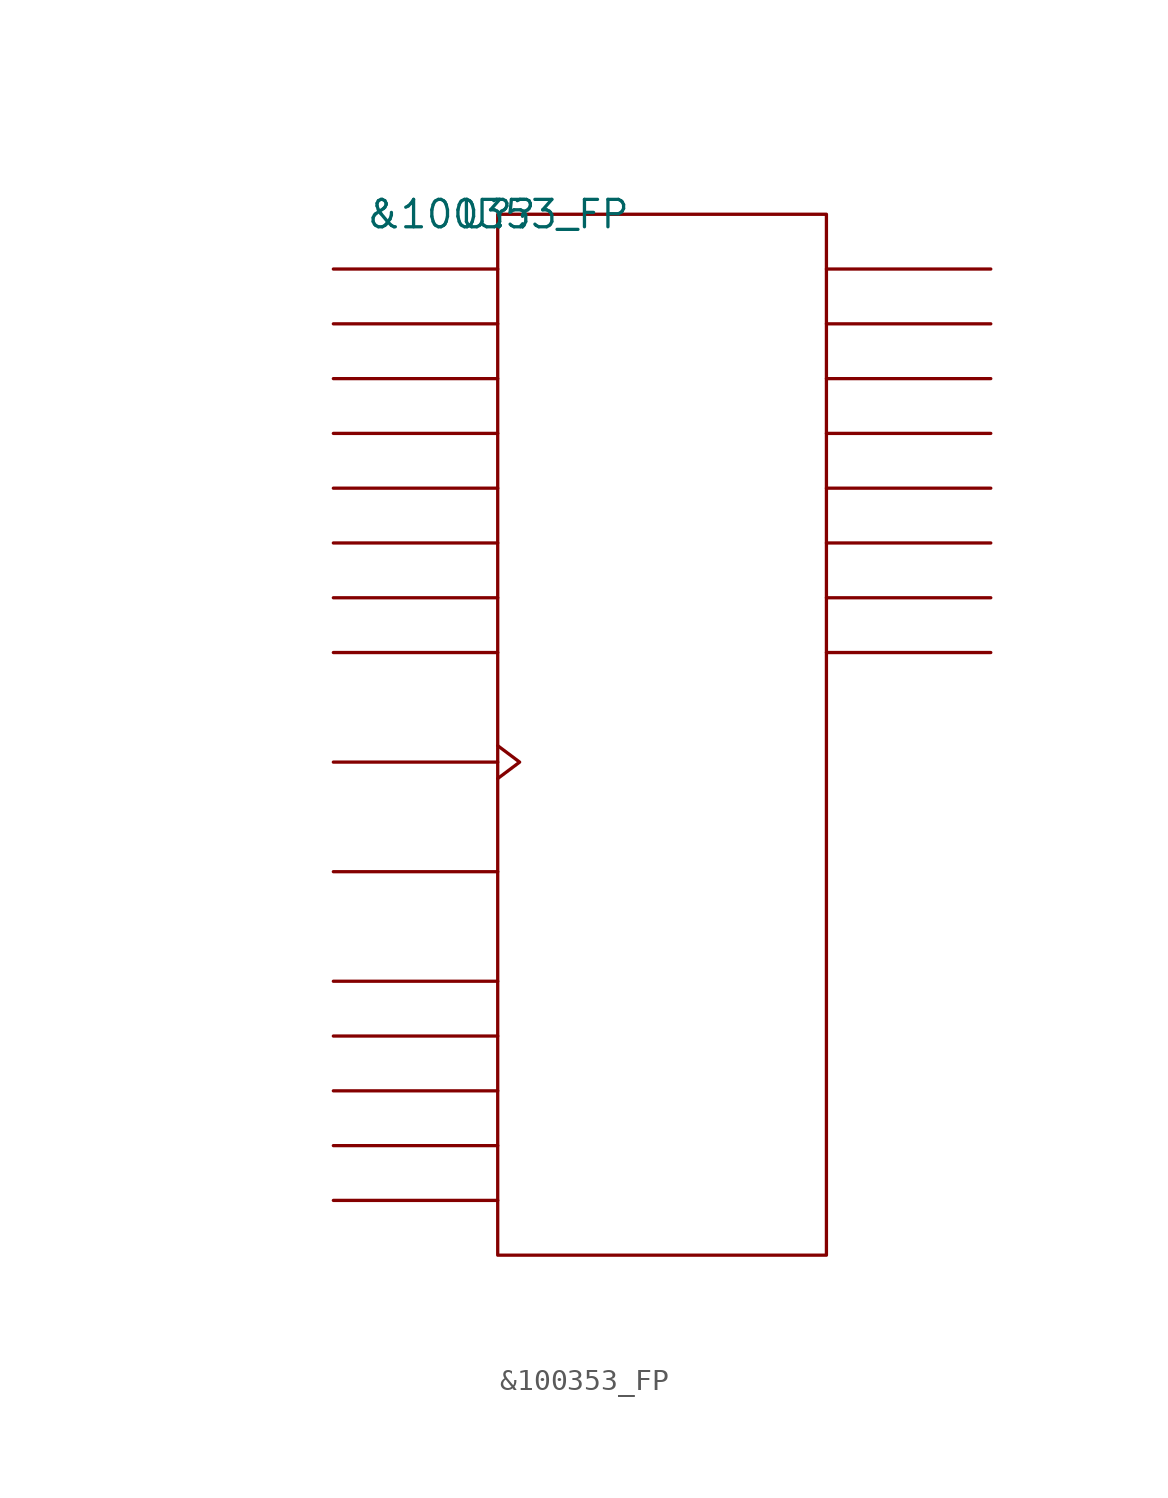
<source format=kicad_sym>
(kicad_symbol_lib
  (version 20211014)
  (generator kicad_symbol_editor)
  (symbol "&100353_FP"
    (pin_names
      (offset 0.762))
    (property "Reference" "U?"
      (at 0 0 0)
      (effects (font (size 1.27 1.27))))
    (property "Value" "&100353_FP"
      (at 0 0 0)
      (effects (font (size 1.27 1.27))))
    (symbol "&100353_FP_0_1"
      (rectangle (start 0 -48.26) (end 15.24 0) (stroke (width 0) (type default) (color 0 0 0 0)) (fill (type none)))
      (polyline (pts (xy 0 -45.72) (xy -7.62 -45.72)) (stroke (width 0) (type default) (color 0 0 0 0)) (fill (type none)))
      (polyline (pts (xy 0 -43.18) (xy -7.62 -43.18)) (stroke (width 0) (type default) (color 0 0 0 0)) (fill (type none)))
      (polyline (pts (xy 0 -40.64) (xy -7.62 -40.64)) (stroke (width 0) (type default) (color 0 0 0 0)) (fill (type none)))
      (polyline (pts (xy 0 -38.1) (xy -7.62 -38.1)) (stroke (width 0) (type default) (color 0 0 0 0)) (fill (type none)))
      (polyline (pts (xy 0 -35.56) (xy -7.62 -35.56)) (stroke (width 0) (type default) (color 0 0 0 0)) (fill (type none)))
      (polyline (pts (xy 0 -30.48) (xy -7.62 -30.48)) (stroke (width 0) (type default) (color 0 0 0 0)) (fill (type none)))
      (polyline (pts (xy 0 -25.4) (xy -7.62 -25.4)) (stroke (width 0) (type default) (color 0 0 0 0)) (fill (type none)))
      (polyline (pts (xy 0 -20.32) (xy -7.62 -20.32)) (stroke (width 0) (type default) (color 0 0 0 0)) (fill (type none)))
      (polyline (pts (xy 0 -17.78) (xy -7.62 -17.78)) (stroke (width 0) (type default) (color 0 0 0 0)) (fill (type none)))
      (polyline (pts (xy 0 -15.24) (xy -7.62 -15.24)) (stroke (width 0) (type default) (color 0 0 0 0)) (fill (type none)))
      (polyline (pts (xy 0 -12.7) (xy -7.62 -12.7)) (stroke (width 0) (type default) (color 0 0 0 0)) (fill (type none)))
      (polyline (pts (xy 0 -10.16) (xy -7.62 -10.16)) (stroke (width 0) (type default) (color 0 0 0 0)) (fill (type none)))
      (polyline (pts (xy 0 -7.62) (xy -7.62 -7.62)) (stroke (width 0) (type default) (color 0 0 0 0)) (fill (type none)))
      (polyline (pts (xy 0 -5.08) (xy -7.62 -5.08)) (stroke (width 0) (type default) (color 0 0 0 0)) (fill (type none)))
      (polyline (pts (xy 0 -2.54) (xy -7.62 -2.54)) (stroke (width 0) (type default) (color 0 0 0 0)) (fill (type none)))
      (polyline (pts (xy 15.24 -20.32) (xy 22.86 -20.32)) (stroke (width 0) (type default) (color 0 0 0 0)) (fill (type none)))
      (polyline (pts (xy 15.24 -17.78) (xy 22.86 -17.78)) (stroke (width 0) (type default) (color 0 0 0 0)) (fill (type none)))
      (polyline (pts (xy 15.24 -15.24) (xy 22.86 -15.24)) (stroke (width 0) (type default) (color 0 0 0 0)) (fill (type none)))
      (polyline (pts (xy 15.24 -12.7) (xy 22.86 -12.7)) (stroke (width 0) (type default) (color 0 0 0 0)) (fill (type none)))
      (polyline (pts (xy 15.24 -10.16) (xy 22.86 -10.16)) (stroke (width 0) (type default) (color 0 0 0 0)) (fill (type none)))
      (polyline (pts (xy 15.24 -7.62) (xy 22.86 -7.62)) (stroke (width 0) (type default) (color 0 0 0 0)) (fill (type none)))
      (polyline (pts (xy 15.24 -5.08) (xy 22.86 -5.08)) (stroke (width 0) (type default) (color 0 0 0 0)) (fill (type none)))
      (polyline (pts (xy 15.24 -2.54) (xy 22.86 -2.54)) (stroke (width 0) (type default) (color 0 0 0 0)) (fill (type none)))
      (polyline (pts (xy 0 -24.638) (xy 1.016 -25.4) (xy 0 -26.162)) (stroke (width 0) (type default) (color 0 0 0 0)) (fill (type none))))
    (symbol "&100353_FP_1_1"
      (pin unspecified line (at -7.62 -5.08 0) (length 7.62) hide (name "D1" (effects (font (size 1.245 1.245)))) (number "1" (effects (font (size 1.245 1.245)))))
      (pin power_in line (at -7.62 -38.1 0) (length 7.62) hide (name "VCCA" (effects (font (size 1.245 1.245)))) (number "10" (effects (font (size 1.245 1.245)))))
      (pin power_in line (at -7.62 -40.64 0) (length 7.62) hide (name "VCCA" (effects (font (size 1.245 1.245)))) (number "11" (effects (font (size 1.245 1.245)))))
      (pin unspecified line (at 22.86 -20.32 180) (length 7.62) hide (name "Q7" (effects (font (size 1.245 1.245)))) (number "12" (effects (font (size 1.245 1.245)))))
      (pin unspecified line (at 22.86 -17.78 180) (length 7.62) hide (name "Q6" (effects (font (size 1.245 1.245)))) (number "13" (effects (font (size 1.245 1.245)))))
      (pin unspecified line (at 22.86 -15.24 180) (length 7.62) hide (name "Q5" (effects (font (size 1.245 1.245)))) (number "14" (effects (font (size 1.245 1.245)))))
      (pin unspecified line (at 22.86 -12.7 180) (length 7.62) hide (name "Q4" (effects (font (size 1.245 1.245)))) (number "15" (effects (font (size 1.245 1.245)))))
      (pin unspecified line (at 22.86 -10.16 180) (length 7.62) hide (name "Q3" (effects (font (size 1.245 1.245)))) (number "16" (effects (font (size 1.245 1.245)))))
      (pin unspecified line (at 22.86 -7.62 180) (length 7.62) hide (name "Q2" (effects (font (size 1.245 1.245)))) (number "17" (effects (font (size 1.245 1.245)))))
      (pin unspecified line (at 22.86 -5.08 180) (length 7.62) hide (name "Q1" (effects (font (size 1.245 1.245)))) (number "18" (effects (font (size 1.245 1.245)))))
      (pin unspecified line (at 22.86 -2.54 180) (length 7.62) hide (name "Q0" (effects (font (size 1.245 1.245)))) (number "19" (effects (font (size 1.245 1.245)))))
      (pin unspecified line (at -7.62 -7.62 0) (length 7.62) hide (name "D2" (effects (font (size 1.245 1.245)))) (number "2" (effects (font (size 1.245 1.245)))))
      (pin power_in line (at -7.62 -43.18 0) (length 7.62) hide (name "VCCA" (effects (font (size 1.245 1.245)))) (number "20" (effects (font (size 1.245 1.245)))))
      (pin power_in line (at -7.62 -45.72 0) (length 7.62) hide (name "VEE" (effects (font (size 1.245 1.245)))) (number "21" (effects (font (size 1.245 1.245)))))
      (pin unspecified line (at -7.62 -25.4 180) (length 7.62) hide (name "CLK" (effects (font (size 1.245 1.245)))) (number "22" (effects (font (size 1.245 1.245)))))
      (pin unspecified line (at -7.62 -30.48 0) (length 7.62) hide (name "C\\K\\E\\" (effects (font (size 1.245 1.245)))) (number "23" (effects (font (size 1.245 1.245)))))
      (pin unspecified line (at -7.62 -2.54 0) (length 7.62) hide (name "D0" (effects (font (size 1.245 1.245)))) (number "24" (effects (font (size 1.245 1.245)))))
      (pin unspecified line (at -7.62 -10.16 0) (length 7.62) hide (name "D3" (effects (font (size 1.245 1.245)))) (number "3" (effects (font (size 1.245 1.245)))))
      (pin unspecified line (at -7.62 -12.7 0) (length 7.62) hide (name "D4" (effects (font (size 1.245 1.245)))) (number "4" (effects (font (size 1.245 1.245)))))
      (pin unspecified line (at -7.62 -15.24 0) (length 7.62) hide (name "D5" (effects (font (size 1.245 1.245)))) (number "5" (effects (font (size 1.245 1.245)))))
      (pin unspecified line (at -7.62 -17.78 0) (length 7.62) hide (name "D6" (effects (font (size 1.245 1.245)))) (number "6" (effects (font (size 1.245 1.245)))))
      (pin unspecified line (at -7.62 -20.32 0) (length 7.62) hide (name "D7" (effects (font (size 1.245 1.245)))) (number "7" (effects (font (size 1.245 1.245)))))
      (pin power_in line (at -7.62 -35.56 0) (length 7.62) hide (name "VCC" (effects (font (size 1.245 1.245)))) (number "9" (effects (font (size 1.245 1.245))))))))
</source>
